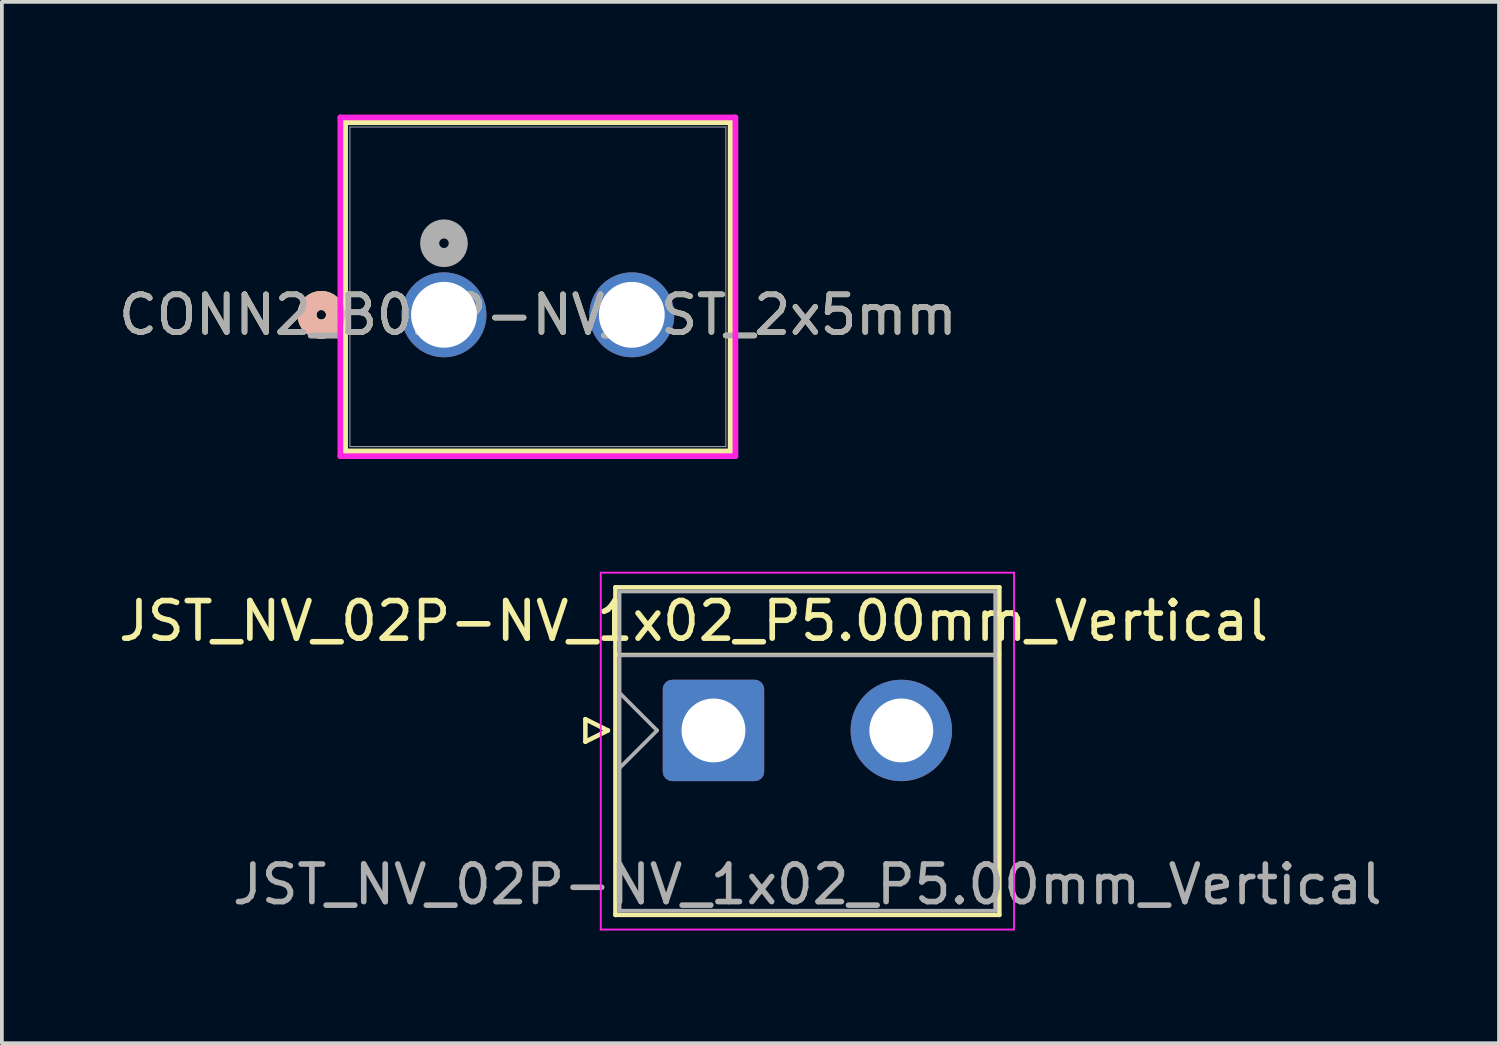
<source format=kicad_pcb>
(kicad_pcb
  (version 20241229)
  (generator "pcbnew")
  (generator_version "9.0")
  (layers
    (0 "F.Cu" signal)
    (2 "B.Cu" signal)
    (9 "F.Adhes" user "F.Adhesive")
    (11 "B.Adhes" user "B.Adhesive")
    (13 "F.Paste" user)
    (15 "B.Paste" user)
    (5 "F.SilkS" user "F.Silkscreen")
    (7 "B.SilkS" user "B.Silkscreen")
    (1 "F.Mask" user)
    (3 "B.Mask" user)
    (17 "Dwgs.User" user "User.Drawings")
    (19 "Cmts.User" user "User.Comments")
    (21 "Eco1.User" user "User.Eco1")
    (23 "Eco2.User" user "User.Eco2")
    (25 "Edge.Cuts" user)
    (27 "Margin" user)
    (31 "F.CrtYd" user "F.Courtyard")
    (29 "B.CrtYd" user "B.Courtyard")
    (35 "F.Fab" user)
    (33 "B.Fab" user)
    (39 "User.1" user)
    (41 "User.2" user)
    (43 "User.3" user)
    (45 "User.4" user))
  (footprint "CONN2_B02P-NV_JST_2x5mm"
    (layer "F.Cu")
    (at 8.768 5.33)
    (property "Reference" "CONN2_B02P-NV_JST_2x5mm" (at 2.5 0 0) (unlocked yes) (layer "F.SilkS") (effects (font (size 1 1) (thickness 0.15))))
    (attr through_hole)
    (fp_line (start -2.631 -5.127) (end -2.631 3.636) (stroke (width 0.152) (type solid)) (layer "F.SilkS"))
    (fp_line (start -2.631 3.636) (end 7.631 3.636) (stroke (width 0.152) (type solid)) (layer "F.SilkS"))
    (fp_line (start 7.631 -5.127) (end -2.631 -5.127) (stroke (width 0.152) (type solid)) (layer "F.SilkS"))
    (fp_line (start 7.631 3.636) (end 7.631 -5.127) (stroke (width 0.152) (type solid)) (layer "F.SilkS"))
    (fp_circle (center -3.266 0) (end -2.885 0) (stroke (width 0.508) (type solid)) (fill no) (layer "F.SilkS"))
    (fp_circle (center -3.266 0) (end -2.885 0) (stroke (width 0.508) (type solid)) (fill no) (layer "B.SilkS"))
    (fp_line (start -2.758 -5.254) (end -2.758 3.763) (stroke (width 0.152) (type solid)) (layer "F.CrtYd"))
    (fp_line (start -2.758 3.763) (end 7.758 3.763) (stroke (width 0.152) (type solid)) (layer "F.CrtYd"))
    (fp_line (start 7.758 -5.254) (end -2.758 -5.254) (stroke (width 0.152) (type solid)) (layer "F.CrtYd"))
    (fp_line (start 7.758 3.763) (end 7.758 -5.254) (stroke (width 0.152) (type solid)) (layer "F.CrtYd"))
    (fp_line (start -2.504 -5) (end -2.504 3.509) (stroke (width 0.025) (type solid)) (layer "F.Fab"))
    (fp_line (start -2.504 3.509) (end 7.504 3.509) (stroke (width 0.025) (type solid)) (layer "F.Fab"))
    (fp_line (start 7.504 -5) (end -2.504 -5) (stroke (width 0.025) (type solid)) (layer "F.Fab"))
    (fp_line (start 7.504 3.509) (end 7.504 -5) (stroke (width 0.025) (type solid)) (layer "F.Fab"))
    (fp_circle (center 0 -1.905) (end 0.381 -1.905) (stroke (width 0.508) (type solid)) (fill no) (layer "F.Fab"))
    (fp_text user "${REFERENCE}" (at 2.5 0 0) (unlocked yes) (layer "F.Fab") (effects (font (size 1 1) (thickness 0.15))))
    (pad "1" thru_hole circle (at 0 0) (size 2.261 2.261) (drill 1.753) (layers "*.Cu" "*.Mask"))
    (pad "2" thru_hole circle (at 5 0) (size 2.261 2.261) (drill 1.753) (layers "*.Cu" "*.Mask")))
  (footprint "JST_NV_02P-NV_1x02_P5.00mm_Vertical"
    (layer "F.Cu")
    (at 15.942 16.394)
    (property "Reference" "JST_NV_02P-NV_1x02_P5.00mm_Vertical" (at -0.531 -2.912 0) (layer "F.SilkS") (effects (font (size 1 1) (thickness 0.15))))
    (attr through_hole)
    (fp_line (start -3.41 -0.3) (end -2.81 0) (stroke (width 0.12) (type solid)) (layer "F.SilkS"))
    (fp_line (start -3.41 0.3) (end -3.41 -0.3) (stroke (width 0.12) (type solid)) (layer "F.SilkS"))
    (fp_line (start -2.81 0) (end -3.41 0.3) (stroke (width 0.12) (type solid)) (layer "F.SilkS"))
    (fp_line (start -2.61 -3.81) (end -2.61 4.91) (stroke (width 0.12) (type solid)) (layer "F.SilkS"))
    (fp_line (start -2.61 4.91) (end 7.61 4.91) (stroke (width 0.12) (type solid)) (layer "F.SilkS"))
    (fp_line (start 7.61 -3.81) (end -2.61 -3.81) (stroke (width 0.12) (type solid)) (layer "F.SilkS"))
    (fp_line (start 7.61 4.91) (end 7.61 -3.81) (stroke (width 0.12) (type solid)) (layer "F.SilkS"))
    (fp_line (start 7.614 -2.017) (end -2.596 -2.017) (stroke (width 0.1) (type default)) (layer "F.SilkS"))
    (fp_line (start -3 -4.2) (end -3 5.3) (stroke (width 0.05) (type solid)) (layer "F.CrtYd"))
    (fp_line (start -3 5.3) (end 8 5.3) (stroke (width 0.05) (type solid)) (layer "F.CrtYd"))
    (fp_line (start 8 -4.2) (end -3 -4.2) (stroke (width 0.05) (type solid)) (layer "F.CrtYd"))
    (fp_line (start 8 5.3) (end 8 -4.2) (stroke (width 0.05) (type solid)) (layer "F.CrtYd"))
    (fp_line (start -2.5 -3.7) (end -2.5 4.8) (stroke (width 0.1) (type solid)) (layer "F.Fab"))
    (fp_line (start -2.5 -2) (end 7.5 -2) (stroke (width 0.1) (type solid)) (layer "F.Fab"))
    (fp_line (start -2.5 -1) (end -1.5 0) (stroke (width 0.1) (type solid)) (layer "F.Fab"))
    (fp_line (start -2.5 1) (end -1.5 0) (stroke (width 0.1) (type solid)) (layer "F.Fab"))
    (fp_line (start -2.5 4.8) (end 7.5 4.8) (stroke (width 0.1) (type solid)) (layer "F.Fab"))
    (fp_line (start 7.5 -3.7) (end -2.5 -3.7) (stroke (width 0.1) (type solid)) (layer "F.Fab"))
    (fp_line (start 7.5 4.8) (end 7.5 -3.7) (stroke (width 0.1) (type solid)) (layer "F.Fab"))
    (fp_text user "${REFERENCE}" (at 2.5 4.1 0) (layer "F.Fab") (effects (font (size 1 1) (thickness 0.15))))
    (pad "1" thru_hole roundrect (at 0 0) (size 2.7 2.7) (drill 1.7) (layers "*.Cu" "*.Mask") (roundrect_rratio 0.093))
    (pad "2" thru_hole circle (at 5 0) (size 2.7 2.7) (drill 1.7) (layers "*.Cu" "*.Mask")))
  (gr_rect
    (start -3 -3)
    (end 36.853 24.719)
    (stroke (width 0.1) (type default))
    (fill no)
    (layer "Edge.Cuts")))
</source>
